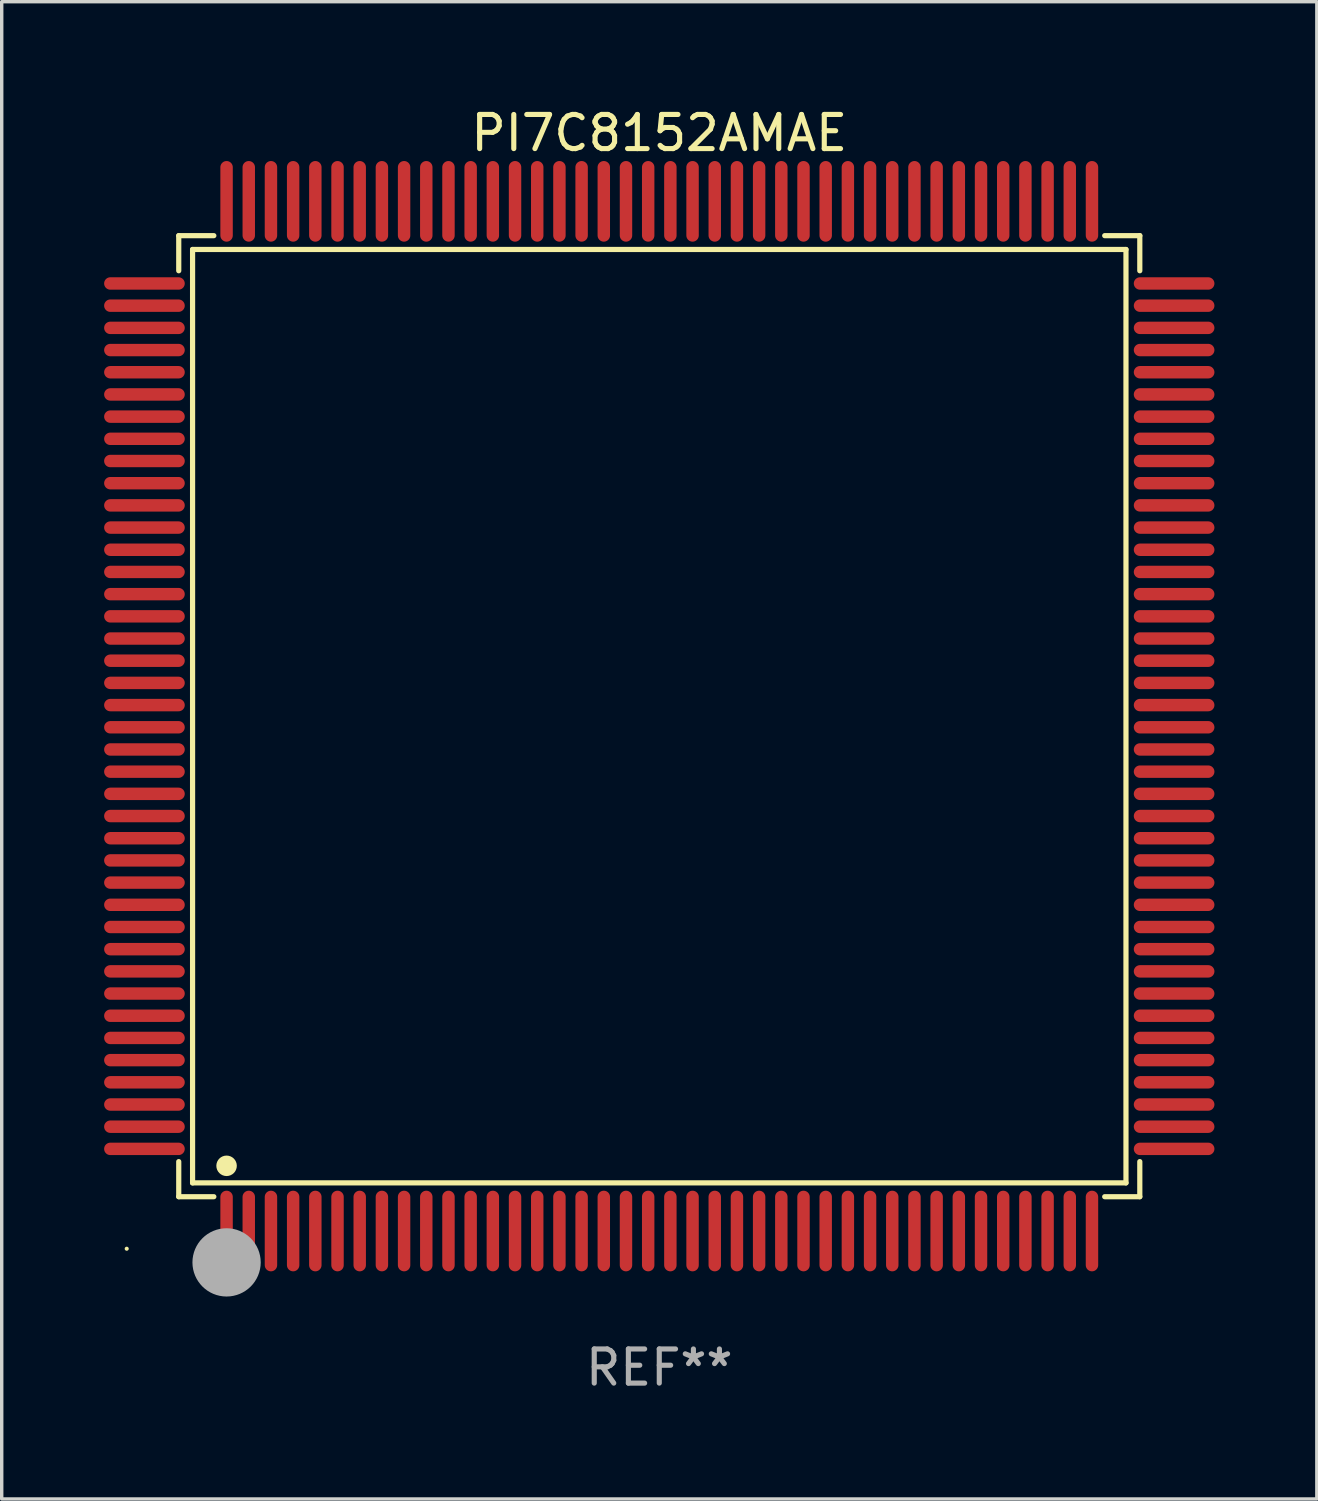
<source format=kicad_pcb>
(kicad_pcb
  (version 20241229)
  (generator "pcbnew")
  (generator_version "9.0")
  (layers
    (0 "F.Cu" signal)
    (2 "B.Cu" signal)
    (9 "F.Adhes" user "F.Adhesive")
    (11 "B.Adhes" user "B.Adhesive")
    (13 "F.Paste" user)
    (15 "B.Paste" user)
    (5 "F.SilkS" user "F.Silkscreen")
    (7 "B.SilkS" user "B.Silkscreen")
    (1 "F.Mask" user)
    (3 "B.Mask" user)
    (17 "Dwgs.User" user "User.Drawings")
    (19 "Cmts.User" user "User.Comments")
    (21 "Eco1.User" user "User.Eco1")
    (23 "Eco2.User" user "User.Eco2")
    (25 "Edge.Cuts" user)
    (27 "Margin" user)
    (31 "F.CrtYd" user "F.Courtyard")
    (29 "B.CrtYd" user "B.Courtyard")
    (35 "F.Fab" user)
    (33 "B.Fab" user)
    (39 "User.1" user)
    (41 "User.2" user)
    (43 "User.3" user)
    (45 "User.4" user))
  (footprint "PI7C8152AMAE"
    (layer "F.Cu")
    (at 16.262 17.929)
    (property "Reference" "PI7C8152AMAE" (at 0 -17.081 0) (layer "F.SilkS") (effects (font (size 1 1) (thickness 0.15))))
    (attr through_hole)
    (fp_line (start -14.076 -14.076) (end -13.048 -14.076) (stroke (width 0.152) (type solid)) (layer "F.SilkS"))
    (fp_line (start -14.076 -13.048) (end -14.076 -14.076) (stroke (width 0.152) (type solid)) (layer "F.SilkS"))
    (fp_line (start -14.076 13.048) (end -14.076 14.076) (stroke (width 0.152) (type solid)) (layer "F.SilkS"))
    (fp_line (start -14.076 14.076) (end -13.048 14.076) (stroke (width 0.152) (type solid)) (layer "F.SilkS"))
    (fp_line (start -13.671 -13.671) (end 13.671 -13.671) (stroke (width 0.152) (type solid)) (layer "F.SilkS"))
    (fp_line (start -13.671 13.671) (end -13.671 -13.671) (stroke (width 0.152) (type solid)) (layer "F.SilkS"))
    (fp_line (start 13.671 -13.671) (end 13.671 13.671) (stroke (width 0.152) (type solid)) (layer "F.SilkS"))
    (fp_line (start 13.671 13.671) (end -13.671 13.671) (stroke (width 0.152) (type solid)) (layer "F.SilkS"))
    (fp_line (start 14.076 -14.076) (end 13.048 -14.076) (stroke (width 0.152) (type solid)) (layer "F.SilkS"))
    (fp_line (start 14.076 -13.048) (end 14.076 -14.076) (stroke (width 0.152) (type solid)) (layer "F.SilkS"))
    (fp_line (start 14.076 13.048) (end 14.076 14.076) (stroke (width 0.152) (type solid)) (layer "F.SilkS"))
    (fp_line (start 14.076 14.076) (end 13.048 14.076) (stroke (width 0.152) (type solid)) (layer "F.SilkS"))
    (fp_circle (center -15.6 15.6) (end -15.57 15.6) (stroke (width 0.06) (type solid)) (fill no) (layer "F.SilkS"))
    (fp_circle (center -12.675 13.171) (end -12.525 13.171) (stroke (width 0.3) (type solid)) (fill no) (layer "F.SilkS"))
    (fp_circle (center -12.675 16.562) (end -12.575 16.562) (stroke (width 0.2) (type solid)) (fill no) (layer "F.SilkS"))
    (fp_circle (center -12.675 16) (end -12.175 16) (stroke (width 1) (type solid)) (fill no) (layer "F.Fab"))
    (fp_text user "REF**" (at 0 19.081 0) (layer "F.Fab") (effects (font (size 1 1) (thickness 0.15))))
    (pad "1" smd oval (at -12.675 15.081) (size 0.364 2.362) (layers "F.Cu" "F.Mask" "F.Paste"))
    (pad "2" smd oval (at -12.025 15.081) (size 0.364 2.362) (layers "F.Cu" "F.Mask" "F.Paste"))
    (pad "3" smd oval (at -11.375 15.081) (size 0.364 2.362) (layers "F.Cu" "F.Mask" "F.Paste"))
    (pad "4" smd oval (at -10.725 15.081) (size 0.364 2.362) (layers "F.Cu" "F.Mask" "F.Paste"))
    (pad "5" smd oval (at -10.075 15.081) (size 0.364 2.362) (layers "F.Cu" "F.Mask" "F.Paste"))
    (pad "6" smd oval (at -9.425 15.081) (size 0.364 2.362) (layers "F.Cu" "F.Mask" "F.Paste"))
    (pad "7" smd oval (at -8.775 15.081) (size 0.364 2.362) (layers "F.Cu" "F.Mask" "F.Paste"))
    (pad "8" smd oval (at -8.125 15.081) (size 0.364 2.362) (layers "F.Cu" "F.Mask" "F.Paste"))
    (pad "9" smd oval (at -7.475 15.081) (size 0.364 2.362) (layers "F.Cu" "F.Mask" "F.Paste"))
    (pad "10" smd oval (at -6.825 15.081) (size 0.364 2.362) (layers "F.Cu" "F.Mask" "F.Paste"))
    (pad "11" smd oval (at -6.175 15.081) (size 0.364 2.362) (layers "F.Cu" "F.Mask" "F.Paste"))
    (pad "12" smd oval (at -5.525 15.081) (size 0.364 2.362) (layers "F.Cu" "F.Mask" "F.Paste"))
    (pad "13" smd oval (at -4.875 15.081) (size 0.364 2.362) (layers "F.Cu" "F.Mask" "F.Paste"))
    (pad "14" smd oval (at -4.225 15.081) (size 0.364 2.362) (layers "F.Cu" "F.Mask" "F.Paste"))
    (pad "15" smd oval (at -3.575 15.081) (size 0.364 2.362) (layers "F.Cu" "F.Mask" "F.Paste"))
    (pad "16" smd oval (at -2.925 15.081) (size 0.364 2.362) (layers "F.Cu" "F.Mask" "F.Paste"))
    (pad "17" smd oval (at -2.275 15.081) (size 0.364 2.362) (layers "F.Cu" "F.Mask" "F.Paste"))
    (pad "18" smd oval (at -1.625 15.081) (size 0.364 2.362) (layers "F.Cu" "F.Mask" "F.Paste"))
    (pad "19" smd oval (at -0.975 15.081) (size 0.364 2.362) (layers "F.Cu" "F.Mask" "F.Paste"))
    (pad "20" smd oval (at -0.325 15.081) (size 0.364 2.362) (layers "F.Cu" "F.Mask" "F.Paste"))
    (pad "21" smd oval (at 0.325 15.081) (size 0.364 2.362) (layers "F.Cu" "F.Mask" "F.Paste"))
    (pad "22" smd oval (at 0.975 15.081) (size 0.364 2.362) (layers "F.Cu" "F.Mask" "F.Paste"))
    (pad "23" smd oval (at 1.625 15.081) (size 0.364 2.362) (layers "F.Cu" "F.Mask" "F.Paste"))
    (pad "24" smd oval (at 2.275 15.081) (size 0.364 2.362) (layers "F.Cu" "F.Mask" "F.Paste"))
    (pad "25" smd oval (at 2.925 15.081) (size 0.364 2.362) (layers "F.Cu" "F.Mask" "F.Paste"))
    (pad "26" smd oval (at 3.575 15.081) (size 0.364 2.362) (layers "F.Cu" "F.Mask" "F.Paste"))
    (pad "27" smd oval (at 4.225 15.081) (size 0.364 2.362) (layers "F.Cu" "F.Mask" "F.Paste"))
    (pad "28" smd oval (at 4.875 15.081) (size 0.364 2.362) (layers "F.Cu" "F.Mask" "F.Paste"))
    (pad "29" smd oval (at 5.525 15.081) (size 0.364 2.362) (layers "F.Cu" "F.Mask" "F.Paste"))
    (pad "30" smd oval (at 6.175 15.081) (size 0.364 2.362) (layers "F.Cu" "F.Mask" "F.Paste"))
    (pad "31" smd oval (at 6.825 15.081) (size 0.364 2.362) (layers "F.Cu" "F.Mask" "F.Paste"))
    (pad "32" smd oval (at 7.475 15.081) (size 0.364 2.362) (layers "F.Cu" "F.Mask" "F.Paste"))
    (pad "33" smd oval (at 8.125 15.081) (size 0.364 2.362) (layers "F.Cu" "F.Mask" "F.Paste"))
    (pad "34" smd oval (at 8.775 15.081) (size 0.364 2.362) (layers "F.Cu" "F.Mask" "F.Paste"))
    (pad "35" smd oval (at 9.425 15.081) (size 0.364 2.362) (layers "F.Cu" "F.Mask" "F.Paste"))
    (pad "36" smd oval (at 10.075 15.081) (size 0.364 2.362) (layers "F.Cu" "F.Mask" "F.Paste"))
    (pad "37" smd oval (at 10.725 15.081) (size 0.364 2.362) (layers "F.Cu" "F.Mask" "F.Paste"))
    (pad "38" smd oval (at 11.375 15.081) (size 0.364 2.362) (layers "F.Cu" "F.Mask" "F.Paste"))
    (pad "39" smd oval (at 12.025 15.081) (size 0.364 2.362) (layers "F.Cu" "F.Mask" "F.Paste"))
    (pad "40" smd oval (at 12.675 15.081) (size 0.364 2.362) (layers "F.Cu" "F.Mask" "F.Paste"))
    (pad "41" smd oval (at 15.081 12.675) (size 2.362 0.364) (layers "F.Cu" "F.Mask" "F.Paste"))
    (pad "42" smd oval (at 15.081 12.025) (size 2.362 0.364) (layers "F.Cu" "F.Mask" "F.Paste"))
    (pad "43" smd oval (at 15.081 11.375) (size 2.362 0.364) (layers "F.Cu" "F.Mask" "F.Paste"))
    (pad "44" smd oval (at 15.081 10.725) (size 2.362 0.364) (layers "F.Cu" "F.Mask" "F.Paste"))
    (pad "45" smd oval (at 15.081 10.075) (size 2.362 0.364) (layers "F.Cu" "F.Mask" "F.Paste"))
    (pad "46" smd oval (at 15.081 9.425) (size 2.362 0.364) (layers "F.Cu" "F.Mask" "F.Paste"))
    (pad "47" smd oval (at 15.081 8.775) (size 2.362 0.364) (layers "F.Cu" "F.Mask" "F.Paste"))
    (pad "48" smd oval (at 15.081 8.125) (size 2.362 0.364) (layers "F.Cu" "F.Mask" "F.Paste"))
    (pad "49" smd oval (at 15.081 7.475) (size 2.362 0.364) (layers "F.Cu" "F.Mask" "F.Paste"))
    (pad "50" smd oval (at 15.081 6.825) (size 2.362 0.364) (layers "F.Cu" "F.Mask" "F.Paste"))
    (pad "51" smd oval (at 15.081 6.175) (size 2.362 0.364) (layers "F.Cu" "F.Mask" "F.Paste"))
    (pad "52" smd oval (at 15.081 5.525) (size 2.362 0.364) (layers "F.Cu" "F.Mask" "F.Paste"))
    (pad "53" smd oval (at 15.081 4.875) (size 2.362 0.364) (layers "F.Cu" "F.Mask" "F.Paste"))
    (pad "54" smd oval (at 15.081 4.225) (size 2.362 0.364) (layers "F.Cu" "F.Mask" "F.Paste"))
    (pad "55" smd oval (at 15.081 3.575) (size 2.362 0.364) (layers "F.Cu" "F.Mask" "F.Paste"))
    (pad "56" smd oval (at 15.081 2.925) (size 2.362 0.364) (layers "F.Cu" "F.Mask" "F.Paste"))
    (pad "57" smd oval (at 15.081 2.275) (size 2.362 0.364) (layers "F.Cu" "F.Mask" "F.Paste"))
    (pad "58" smd oval (at 15.081 1.625) (size 2.362 0.364) (layers "F.Cu" "F.Mask" "F.Paste"))
    (pad "59" smd oval (at 15.081 0.975) (size 2.362 0.364) (layers "F.Cu" "F.Mask" "F.Paste"))
    (pad "60" smd oval (at 15.081 0.325) (size 2.362 0.364) (layers "F.Cu" "F.Mask" "F.Paste"))
    (pad "61" smd oval (at 15.081 -0.325) (size 2.362 0.364) (layers "F.Cu" "F.Mask" "F.Paste"))
    (pad "62" smd oval (at 15.081 -0.975) (size 2.362 0.364) (layers "F.Cu" "F.Mask" "F.Paste"))
    (pad "63" smd oval (at 15.081 -1.625) (size 2.362 0.364) (layers "F.Cu" "F.Mask" "F.Paste"))
    (pad "64" smd oval (at 15.081 -2.275) (size 2.362 0.364) (layers "F.Cu" "F.Mask" "F.Paste"))
    (pad "65" smd oval (at 15.081 -2.925) (size 2.362 0.364) (layers "F.Cu" "F.Mask" "F.Paste"))
    (pad "66" smd oval (at 15.081 -3.575) (size 2.362 0.364) (layers "F.Cu" "F.Mask" "F.Paste"))
    (pad "67" smd oval (at 15.081 -4.225) (size 2.362 0.364) (layers "F.Cu" "F.Mask" "F.Paste"))
    (pad "68" smd oval (at 15.081 -4.875) (size 2.362 0.364) (layers "F.Cu" "F.Mask" "F.Paste"))
    (pad "69" smd oval (at 15.081 -5.525) (size 2.362 0.364) (layers "F.Cu" "F.Mask" "F.Paste"))
    (pad "70" smd oval (at 15.081 -6.175) (size 2.362 0.364) (layers "F.Cu" "F.Mask" "F.Paste"))
    (pad "71" smd oval (at 15.081 -6.825) (size 2.362 0.364) (layers "F.Cu" "F.Mask" "F.Paste"))
    (pad "72" smd oval (at 15.081 -7.475) (size 2.362 0.364) (layers "F.Cu" "F.Mask" "F.Paste"))
    (pad "73" smd oval (at 15.081 -8.125) (size 2.362 0.364) (layers "F.Cu" "F.Mask" "F.Paste"))
    (pad "74" smd oval (at 15.081 -8.775) (size 2.362 0.364) (layers "F.Cu" "F.Mask" "F.Paste"))
    (pad "75" smd oval (at 15.081 -9.425) (size 2.362 0.364) (layers "F.Cu" "F.Mask" "F.Paste"))
    (pad "76" smd oval (at 15.081 -10.075) (size 2.362 0.364) (layers "F.Cu" "F.Mask" "F.Paste"))
    (pad "77" smd oval (at 15.081 -10.725) (size 2.362 0.364) (layers "F.Cu" "F.Mask" "F.Paste"))
    (pad "78" smd oval (at 15.081 -11.375) (size 2.362 0.364) (layers "F.Cu" "F.Mask" "F.Paste"))
    (pad "79" smd oval (at 15.081 -12.025) (size 2.362 0.364) (layers "F.Cu" "F.Mask" "F.Paste"))
    (pad "80" smd oval (at 15.081 -12.675) (size 2.362 0.364) (layers "F.Cu" "F.Mask" "F.Paste"))
    (pad "81" smd oval (at 12.675 -15.081) (size 0.364 2.362) (layers "F.Cu" "F.Mask" "F.Paste"))
    (pad "82" smd oval (at 12.025 -15.081) (size 0.364 2.362) (layers "F.Cu" "F.Mask" "F.Paste"))
    (pad "83" smd oval (at 11.375 -15.081) (size 0.364 2.362) (layers "F.Cu" "F.Mask" "F.Paste"))
    (pad "84" smd oval (at 10.725 -15.081) (size 0.364 2.362) (layers "F.Cu" "F.Mask" "F.Paste"))
    (pad "85" smd oval (at 10.075 -15.081) (size 0.364 2.362) (layers "F.Cu" "F.Mask" "F.Paste"))
    (pad "86" smd oval (at 9.425 -15.081) (size 0.364 2.362) (layers "F.Cu" "F.Mask" "F.Paste"))
    (pad "87" smd oval (at 8.775 -15.081) (size 0.364 2.362) (layers "F.Cu" "F.Mask" "F.Paste"))
    (pad "88" smd oval (at 8.125 -15.081) (size 0.364 2.362) (layers "F.Cu" "F.Mask" "F.Paste"))
    (pad "89" smd oval (at 7.475 -15.081) (size 0.364 2.362) (layers "F.Cu" "F.Mask" "F.Paste"))
    (pad "90" smd oval (at 6.825 -15.081) (size 0.364 2.362) (layers "F.Cu" "F.Mask" "F.Paste"))
    (pad "91" smd oval (at 6.175 -15.081) (size 0.364 2.362) (layers "F.Cu" "F.Mask" "F.Paste"))
    (pad "92" smd oval (at 5.525 -15.081) (size 0.364 2.362) (layers "F.Cu" "F.Mask" "F.Paste"))
    (pad "93" smd oval (at 4.875 -15.081) (size 0.364 2.362) (layers "F.Cu" "F.Mask" "F.Paste"))
    (pad "94" smd oval (at 4.225 -15.081) (size 0.364 2.362) (layers "F.Cu" "F.Mask" "F.Paste"))
    (pad "95" smd oval (at 3.575 -15.081) (size 0.364 2.362) (layers "F.Cu" "F.Mask" "F.Paste"))
    (pad "96" smd oval (at 2.925 -15.081) (size 0.364 2.362) (layers "F.Cu" "F.Mask" "F.Paste"))
    (pad "97" smd oval (at 2.275 -15.081) (size 0.364 2.362) (layers "F.Cu" "F.Mask" "F.Paste"))
    (pad "98" smd oval (at 1.625 -15.081) (size 0.364 2.362) (layers "F.Cu" "F.Mask" "F.Paste"))
    (pad "99" smd oval (at 0.975 -15.081) (size 0.364 2.362) (layers "F.Cu" "F.Mask" "F.Paste"))
    (pad "100" smd oval (at 0.325 -15.081) (size 0.364 2.362) (layers "F.Cu" "F.Mask" "F.Paste"))
    (pad "101" smd oval (at -0.325 -15.081) (size 0.364 2.362) (layers "F.Cu" "F.Mask" "F.Paste"))
    (pad "102" smd oval (at -0.975 -15.081) (size 0.364 2.362) (layers "F.Cu" "F.Mask" "F.Paste"))
    (pad "103" smd oval (at -1.625 -15.081) (size 0.364 2.362) (layers "F.Cu" "F.Mask" "F.Paste"))
    (pad "104" smd oval (at -2.275 -15.081) (size 0.364 2.362) (layers "F.Cu" "F.Mask" "F.Paste"))
    (pad "105" smd oval (at -2.925 -15.081) (size 0.364 2.362) (layers "F.Cu" "F.Mask" "F.Paste"))
    (pad "106" smd oval (at -3.575 -15.081) (size 0.364 2.362) (layers "F.Cu" "F.Mask" "F.Paste"))
    (pad "107" smd oval (at -4.225 -15.081) (size 0.364 2.362) (layers "F.Cu" "F.Mask" "F.Paste"))
    (pad "108" smd oval (at -4.875 -15.081) (size 0.364 2.362) (layers "F.Cu" "F.Mask" "F.Paste"))
    (pad "109" smd oval (at -5.525 -15.081) (size 0.364 2.362) (layers "F.Cu" "F.Mask" "F.Paste"))
    (pad "110" smd oval (at -6.175 -15.081) (size 0.364 2.362) (layers "F.Cu" "F.Mask" "F.Paste"))
    (pad "111" smd oval (at -6.825 -15.081) (size 0.364 2.362) (layers "F.Cu" "F.Mask" "F.Paste"))
    (pad "112" smd oval (at -7.475 -15.081) (size 0.364 2.362) (layers "F.Cu" "F.Mask" "F.Paste"))
    (pad "113" smd oval (at -8.125 -15.081) (size 0.364 2.362) (layers "F.Cu" "F.Mask" "F.Paste"))
    (pad "114" smd oval (at -8.775 -15.081) (size 0.364 2.362) (layers "F.Cu" "F.Mask" "F.Paste"))
    (pad "115" smd oval (at -9.425 -15.081) (size 0.364 2.362) (layers "F.Cu" "F.Mask" "F.Paste"))
    (pad "116" smd oval (at -10.075 -15.081) (size 0.364 2.362) (layers "F.Cu" "F.Mask" "F.Paste"))
    (pad "117" smd oval (at -10.725 -15.081) (size 0.364 2.362) (layers "F.Cu" "F.Mask" "F.Paste"))
    (pad "118" smd oval (at -11.375 -15.081) (size 0.364 2.362) (layers "F.Cu" "F.Mask" "F.Paste"))
    (pad "119" smd oval (at -12.025 -15.081) (size 0.364 2.362) (layers "F.Cu" "F.Mask" "F.Paste"))
    (pad "120" smd oval (at -12.675 -15.081) (size 0.364 2.362) (layers "F.Cu" "F.Mask" "F.Paste"))
    (pad "121" smd oval (at -15.081 -12.675) (size 2.362 0.364) (layers "F.Cu" "F.Mask" "F.Paste"))
    (pad "122" smd oval (at -15.081 -12.025) (size 2.362 0.364) (layers "F.Cu" "F.Mask" "F.Paste"))
    (pad "123" smd oval (at -15.081 -11.375) (size 2.362 0.364) (layers "F.Cu" "F.Mask" "F.Paste"))
    (pad "124" smd oval (at -15.081 -10.725) (size 2.362 0.364) (layers "F.Cu" "F.Mask" "F.Paste"))
    (pad "125" smd oval (at -15.081 -10.075) (size 2.362 0.364) (layers "F.Cu" "F.Mask" "F.Paste"))
    (pad "126" smd oval (at -15.081 -9.425) (size 2.362 0.364) (layers "F.Cu" "F.Mask" "F.Paste"))
    (pad "127" smd oval (at -15.081 -8.775) (size 2.362 0.364) (layers "F.Cu" "F.Mask" "F.Paste"))
    (pad "128" smd oval (at -15.081 -8.125) (size 2.362 0.364) (layers "F.Cu" "F.Mask" "F.Paste"))
    (pad "129" smd oval (at -15.081 -7.475) (size 2.362 0.364) (layers "F.Cu" "F.Mask" "F.Paste"))
    (pad "130" smd oval (at -15.081 -6.825) (size 2.362 0.364) (layers "F.Cu" "F.Mask" "F.Paste"))
    (pad "131" smd oval (at -15.081 -6.175) (size 2.362 0.364) (layers "F.Cu" "F.Mask" "F.Paste"))
    (pad "132" smd oval (at -15.081 -5.525) (size 2.362 0.364) (layers "F.Cu" "F.Mask" "F.Paste"))
    (pad "133" smd oval (at -15.081 -4.875) (size 2.362 0.364) (layers "F.Cu" "F.Mask" "F.Paste"))
    (pad "134" smd oval (at -15.081 -4.225) (size 2.362 0.364) (layers "F.Cu" "F.Mask" "F.Paste"))
    (pad "135" smd oval (at -15.081 -3.575) (size 2.362 0.364) (layers "F.Cu" "F.Mask" "F.Paste"))
    (pad "136" smd oval (at -15.081 -2.925) (size 2.362 0.364) (layers "F.Cu" "F.Mask" "F.Paste"))
    (pad "137" smd oval (at -15.081 -2.275) (size 2.362 0.364) (layers "F.Cu" "F.Mask" "F.Paste"))
    (pad "138" smd oval (at -15.081 -1.625) (size 2.362 0.364) (layers "F.Cu" "F.Mask" "F.Paste"))
    (pad "139" smd oval (at -15.081 -0.975) (size 2.362 0.364) (layers "F.Cu" "F.Mask" "F.Paste"))
    (pad "140" smd oval (at -15.081 -0.325) (size 2.362 0.364) (layers "F.Cu" "F.Mask" "F.Paste"))
    (pad "141" smd oval (at -15.081 0.325) (size 2.362 0.364) (layers "F.Cu" "F.Mask" "F.Paste"))
    (pad "142" smd oval (at -15.081 0.975) (size 2.362 0.364) (layers "F.Cu" "F.Mask" "F.Paste"))
    (pad "143" smd oval (at -15.081 1.625) (size 2.362 0.364) (layers "F.Cu" "F.Mask" "F.Paste"))
    (pad "144" smd oval (at -15.081 2.275) (size 2.362 0.364) (layers "F.Cu" "F.Mask" "F.Paste"))
    (pad "145" smd oval (at -15.081 2.925) (size 2.362 0.364) (layers "F.Cu" "F.Mask" "F.Paste"))
    (pad "146" smd oval (at -15.081 3.575) (size 2.362 0.364) (layers "F.Cu" "F.Mask" "F.Paste"))
    (pad "147" smd oval (at -15.081 4.225) (size 2.362 0.364) (layers "F.Cu" "F.Mask" "F.Paste"))
    (pad "148" smd oval (at -15.081 4.875) (size 2.362 0.364) (layers "F.Cu" "F.Mask" "F.Paste"))
    (pad "149" smd oval (at -15.081 5.525) (size 2.362 0.364) (layers "F.Cu" "F.Mask" "F.Paste"))
    (pad "150" smd oval (at -15.081 6.175) (size 2.362 0.364) (layers "F.Cu" "F.Mask" "F.Paste"))
    (pad "151" smd oval (at -15.081 6.825) (size 2.362 0.364) (layers "F.Cu" "F.Mask" "F.Paste"))
    (pad "152" smd oval (at -15.081 7.475) (size 2.362 0.364) (layers "F.Cu" "F.Mask" "F.Paste"))
    (pad "153" smd oval (at -15.081 8.125) (size 2.362 0.364) (layers "F.Cu" "F.Mask" "F.Paste"))
    (pad "154" smd oval (at -15.081 8.775) (size 2.362 0.364) (layers "F.Cu" "F.Mask" "F.Paste"))
    (pad "155" smd oval (at -15.081 9.425) (size 2.362 0.364) (layers "F.Cu" "F.Mask" "F.Paste"))
    (pad "156" smd oval (at -15.081 10.075) (size 2.362 0.364) (layers "F.Cu" "F.Mask" "F.Paste"))
    (pad "157" smd oval (at -15.081 10.725) (size 2.362 0.364) (layers "F.Cu" "F.Mask" "F.Paste"))
    (pad "158" smd oval (at -15.081 11.375) (size 2.362 0.364) (layers "F.Cu" "F.Mask" "F.Paste"))
    (pad "159" smd oval (at -15.081 12.025) (size 2.362 0.364) (layers "F.Cu" "F.Mask" "F.Paste"))
    (pad "160" smd oval (at -15.081 12.675) (size 2.362 0.364) (layers "F.Cu" "F.Mask" "F.Paste")))
  (gr_rect
    (start -3 -3)
    (end 35.524 40.859)
    (stroke (width 0.1) (type default))
    (fill no)
    (layer "Edge.Cuts")))
</source>
